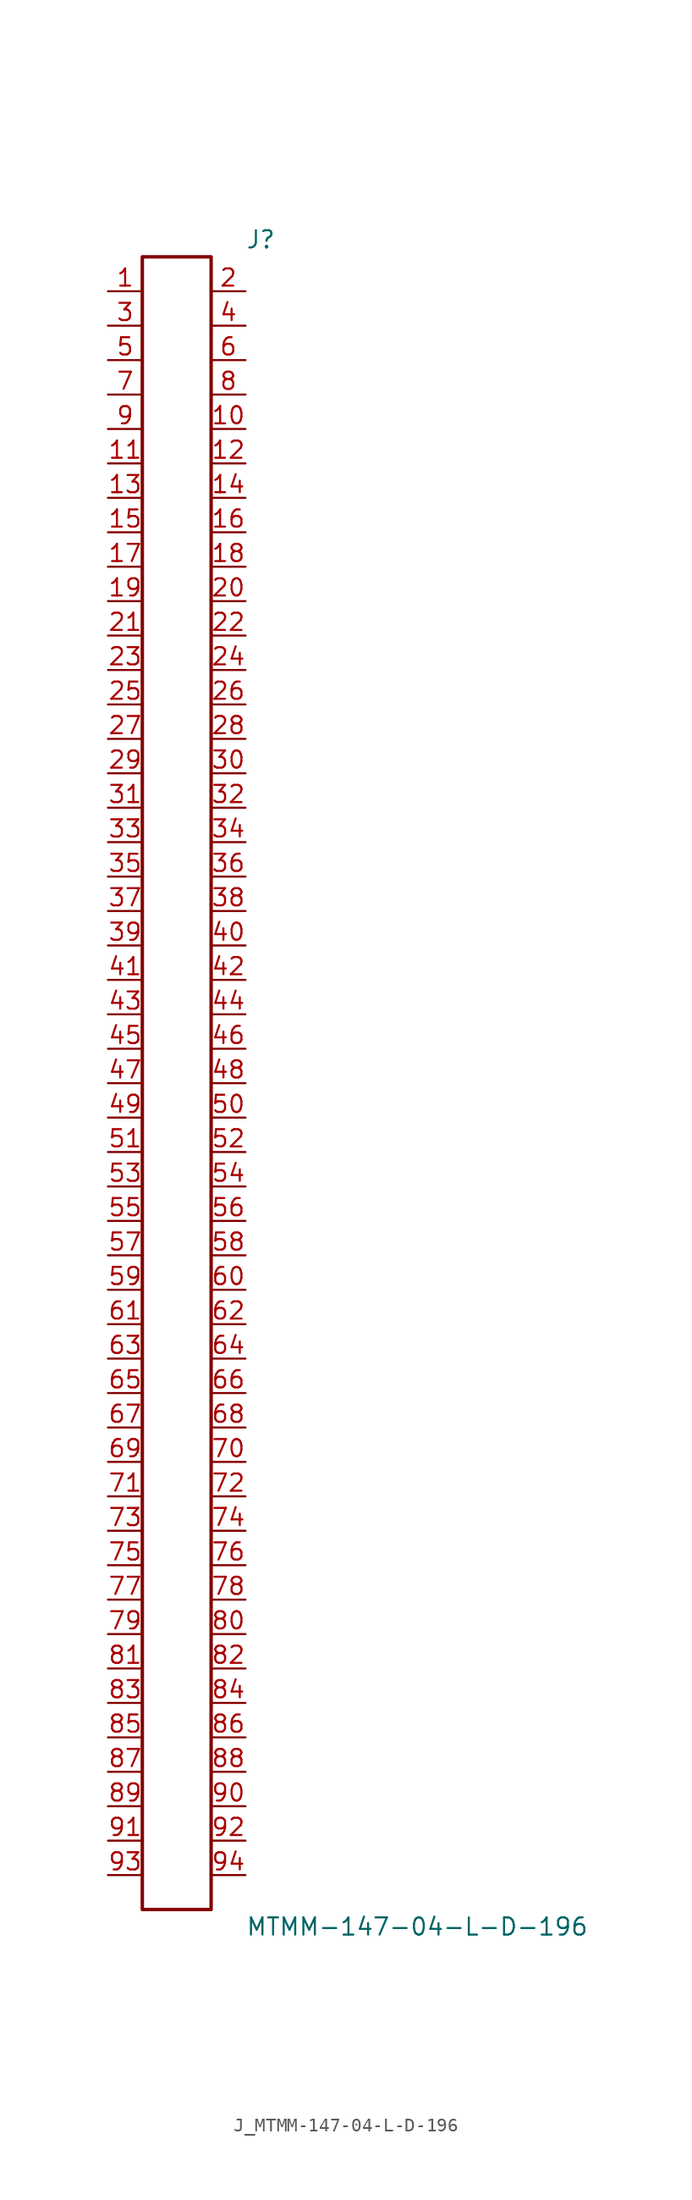
<source format=kicad_sym>
(kicad_symbol_lib
  (version 20231120)
  (generator kicad_symbol_editor)
  (generator_version 8.0)
  (symbol "J_MTMM-147-04-L-D-196"
    (pin_names
      (offset 0.254))
    (property "Reference" "J"
      (at 5.08 62.23 0)
      (effects (font (size 1.27 1.27)) (justify left)))
    (property "Value" "MTMM-147-04-L-D-196"
      (at 5.08 -62.23 0)
      (effects (font (size 1.27 1.27)) (justify left)))
    (symbol "J_MTMM-147-04-L-D-196_0_0"
      (pin passive line (at -5.08 58.42 0) (length 2.54) (name "" (effects (font (size 1.27 1.27)))) (number "1" (effects (font (size 1.27 1.27)))))
      (pin passive line (at 5.08 58.42 180) (length 2.54) (name "" (effects (font (size 1.27 1.27)))) (number "2" (effects (font (size 1.27 1.27)))))
      (pin passive line (at -5.08 55.88 0) (length 2.54) (name "" (effects (font (size 1.27 1.27)))) (number "3" (effects (font (size 1.27 1.27)))))
      (pin passive line (at 5.08 55.88 180) (length 2.54) (name "" (effects (font (size 1.27 1.27)))) (number "4" (effects (font (size 1.27 1.27)))))
      (pin passive line (at -5.08 53.34 0) (length 2.54) (name "" (effects (font (size 1.27 1.27)))) (number "5" (effects (font (size 1.27 1.27)))))
      (pin passive line (at 5.08 53.34 180) (length 2.54) (name "" (effects (font (size 1.27 1.27)))) (number "6" (effects (font (size 1.27 1.27)))))
      (pin passive line (at -5.08 50.8 0) (length 2.54) (name "" (effects (font (size 1.27 1.27)))) (number "7" (effects (font (size 1.27 1.27)))))
      (pin passive line (at 5.08 50.8 180) (length 2.54) (name "" (effects (font (size 1.27 1.27)))) (number "8" (effects (font (size 1.27 1.27)))))
      (pin passive line (at -5.08 48.26 0) (length 2.54) (name "" (effects (font (size 1.27 1.27)))) (number "9" (effects (font (size 1.27 1.27)))))
      (pin passive line (at 5.08 48.26 180) (length 2.54) (name "" (effects (font (size 1.27 1.27)))) (number "10" (effects (font (size 1.27 1.27)))))
      (pin passive line (at -5.08 45.72 0) (length 2.54) (name "" (effects (font (size 1.27 1.27)))) (number "11" (effects (font (size 1.27 1.27)))))
      (pin passive line (at 5.08 45.72 180) (length 2.54) (name "" (effects (font (size 1.27 1.27)))) (number "12" (effects (font (size 1.27 1.27)))))
      (pin passive line (at -5.08 43.18 0) (length 2.54) (name "" (effects (font (size 1.27 1.27)))) (number "13" (effects (font (size 1.27 1.27)))))
      (pin passive line (at 5.08 43.18 180) (length 2.54) (name "" (effects (font (size 1.27 1.27)))) (number "14" (effects (font (size 1.27 1.27)))))
      (pin passive line (at -5.08 40.64 0) (length 2.54) (name "" (effects (font (size 1.27 1.27)))) (number "15" (effects (font (size 1.27 1.27)))))
      (pin passive line (at 5.08 40.64 180) (length 2.54) (name "" (effects (font (size 1.27 1.27)))) (number "16" (effects (font (size 1.27 1.27)))))
      (pin passive line (at -5.08 38.1 0) (length 2.54) (name "" (effects (font (size 1.27 1.27)))) (number "17" (effects (font (size 1.27 1.27)))))
      (pin passive line (at 5.08 38.1 180) (length 2.54) (name "" (effects (font (size 1.27 1.27)))) (number "18" (effects (font (size 1.27 1.27)))))
      (pin passive line (at -5.08 35.56 0) (length 2.54) (name "" (effects (font (size 1.27 1.27)))) (number "19" (effects (font (size 1.27 1.27)))))
      (pin passive line (at 5.08 35.56 180) (length 2.54) (name "" (effects (font (size 1.27 1.27)))) (number "20" (effects (font (size 1.27 1.27)))))
      (pin passive line (at -5.08 33.02 0) (length 2.54) (name "" (effects (font (size 1.27 1.27)))) (number "21" (effects (font (size 1.27 1.27)))))
      (pin passive line (at 5.08 33.02 180) (length 2.54) (name "" (effects (font (size 1.27 1.27)))) (number "22" (effects (font (size 1.27 1.27)))))
      (pin passive line (at -5.08 30.48 0) (length 2.54) (name "" (effects (font (size 1.27 1.27)))) (number "23" (effects (font (size 1.27 1.27)))))
      (pin passive line (at 5.08 30.48 180) (length 2.54) (name "" (effects (font (size 1.27 1.27)))) (number "24" (effects (font (size 1.27 1.27)))))
      (pin passive line (at -5.08 27.94 0) (length 2.54) (name "" (effects (font (size 1.27 1.27)))) (number "25" (effects (font (size 1.27 1.27)))))
      (pin passive line (at 5.08 27.94 180) (length 2.54) (name "" (effects (font (size 1.27 1.27)))) (number "26" (effects (font (size 1.27 1.27)))))
      (pin passive line (at -5.08 25.4 0) (length 2.54) (name "" (effects (font (size 1.27 1.27)))) (number "27" (effects (font (size 1.27 1.27)))))
      (pin passive line (at 5.08 25.4 180) (length 2.54) (name "" (effects (font (size 1.27 1.27)))) (number "28" (effects (font (size 1.27 1.27)))))
      (pin passive line (at -5.08 22.86 0) (length 2.54) (name "" (effects (font (size 1.27 1.27)))) (number "29" (effects (font (size 1.27 1.27)))))
      (pin passive line (at 5.08 22.86 180) (length 2.54) (name "" (effects (font (size 1.27 1.27)))) (number "30" (effects (font (size 1.27 1.27)))))
      (pin passive line (at -5.08 20.32 0) (length 2.54) (name "" (effects (font (size 1.27 1.27)))) (number "31" (effects (font (size 1.27 1.27)))))
      (pin passive line (at 5.08 20.32 180) (length 2.54) (name "" (effects (font (size 1.27 1.27)))) (number "32" (effects (font (size 1.27 1.27)))))
      (pin passive line (at -5.08 17.78 0) (length 2.54) (name "" (effects (font (size 1.27 1.27)))) (number "33" (effects (font (size 1.27 1.27)))))
      (pin passive line (at 5.08 17.78 180) (length 2.54) (name "" (effects (font (size 1.27 1.27)))) (number "34" (effects (font (size 1.27 1.27)))))
      (pin passive line (at -5.08 15.24 0) (length 2.54) (name "" (effects (font (size 1.27 1.27)))) (number "35" (effects (font (size 1.27 1.27)))))
      (pin passive line (at 5.08 15.24 180) (length 2.54) (name "" (effects (font (size 1.27 1.27)))) (number "36" (effects (font (size 1.27 1.27)))))
      (pin passive line (at -5.08 12.7 0) (length 2.54) (name "" (effects (font (size 1.27 1.27)))) (number "37" (effects (font (size 1.27 1.27)))))
      (pin passive line (at 5.08 12.7 180) (length 2.54) (name "" (effects (font (size 1.27 1.27)))) (number "38" (effects (font (size 1.27 1.27)))))
      (pin passive line (at -5.08 10.16 0) (length 2.54) (name "" (effects (font (size 1.27 1.27)))) (number "39" (effects (font (size 1.27 1.27)))))
      (pin passive line (at 5.08 10.16 180) (length 2.54) (name "" (effects (font (size 1.27 1.27)))) (number "40" (effects (font (size 1.27 1.27)))))
      (pin passive line (at -5.08 7.62 0) (length 2.54) (name "" (effects (font (size 1.27 1.27)))) (number "41" (effects (font (size 1.27 1.27)))))
      (pin passive line (at 5.08 7.62 180) (length 2.54) (name "" (effects (font (size 1.27 1.27)))) (number "42" (effects (font (size 1.27 1.27)))))
      (pin passive line (at -5.08 5.08 0) (length 2.54) (name "" (effects (font (size 1.27 1.27)))) (number "43" (effects (font (size 1.27 1.27)))))
      (pin passive line (at 5.08 5.08 180) (length 2.54) (name "" (effects (font (size 1.27 1.27)))) (number "44" (effects (font (size 1.27 1.27)))))
      (pin passive line (at -5.08 2.54 0) (length 2.54) (name "" (effects (font (size 1.27 1.27)))) (number "45" (effects (font (size 1.27 1.27)))))
      (pin passive line (at 5.08 2.54 180) (length 2.54) (name "" (effects (font (size 1.27 1.27)))) (number "46" (effects (font (size 1.27 1.27)))))
      (pin passive line (at -5.08 0.0 0) (length 2.54) (name "" (effects (font (size 1.27 1.27)))) (number "47" (effects (font (size 1.27 1.27)))))
      (pin passive line (at 5.08 0.0 180) (length 2.54) (name "" (effects (font (size 1.27 1.27)))) (number "48" (effects (font (size 1.27 1.27)))))
      (pin passive line (at -5.08 -2.54 0) (length 2.54) (name "" (effects (font (size 1.27 1.27)))) (number "49" (effects (font (size 1.27 1.27)))))
      (pin passive line (at 5.08 -2.54 180) (length 2.54) (name "" (effects (font (size 1.27 1.27)))) (number "50" (effects (font (size 1.27 1.27)))))
      (pin passive line (at -5.08 -5.08 0) (length 2.54) (name "" (effects (font (size 1.27 1.27)))) (number "51" (effects (font (size 1.27 1.27)))))
      (pin passive line (at 5.08 -5.08 180) (length 2.54) (name "" (effects (font (size 1.27 1.27)))) (number "52" (effects (font (size 1.27 1.27)))))
      (pin passive line (at -5.08 -7.62 0) (length 2.54) (name "" (effects (font (size 1.27 1.27)))) (number "53" (effects (font (size 1.27 1.27)))))
      (pin passive line (at 5.08 -7.62 180) (length 2.54) (name "" (effects (font (size 1.27 1.27)))) (number "54" (effects (font (size 1.27 1.27)))))
      (pin passive line (at -5.08 -10.16 0) (length 2.54) (name "" (effects (font (size 1.27 1.27)))) (number "55" (effects (font (size 1.27 1.27)))))
      (pin passive line (at 5.08 -10.16 180) (length 2.54) (name "" (effects (font (size 1.27 1.27)))) (number "56" (effects (font (size 1.27 1.27)))))
      (pin passive line (at -5.08 -12.7 0) (length 2.54) (name "" (effects (font (size 1.27 1.27)))) (number "57" (effects (font (size 1.27 1.27)))))
      (pin passive line (at 5.08 -12.7 180) (length 2.54) (name "" (effects (font (size 1.27 1.27)))) (number "58" (effects (font (size 1.27 1.27)))))
      (pin passive line (at -5.08 -15.24 0) (length 2.54) (name "" (effects (font (size 1.27 1.27)))) (number "59" (effects (font (size 1.27 1.27)))))
      (pin passive line (at 5.08 -15.24 180) (length 2.54) (name "" (effects (font (size 1.27 1.27)))) (number "60" (effects (font (size 1.27 1.27)))))
      (pin passive line (at -5.08 -17.78 0) (length 2.54) (name "" (effects (font (size 1.27 1.27)))) (number "61" (effects (font (size 1.27 1.27)))))
      (pin passive line (at 5.08 -17.78 180) (length 2.54) (name "" (effects (font (size 1.27 1.27)))) (number "62" (effects (font (size 1.27 1.27)))))
      (pin passive line (at -5.08 -20.32 0) (length 2.54) (name "" (effects (font (size 1.27 1.27)))) (number "63" (effects (font (size 1.27 1.27)))))
      (pin passive line (at 5.08 -20.32 180) (length 2.54) (name "" (effects (font (size 1.27 1.27)))) (number "64" (effects (font (size 1.27 1.27)))))
      (pin passive line (at -5.08 -22.86 0) (length 2.54) (name "" (effects (font (size 1.27 1.27)))) (number "65" (effects (font (size 1.27 1.27)))))
      (pin passive line (at 5.08 -22.86 180) (length 2.54) (name "" (effects (font (size 1.27 1.27)))) (number "66" (effects (font (size 1.27 1.27)))))
      (pin passive line (at -5.08 -25.4 0) (length 2.54) (name "" (effects (font (size 1.27 1.27)))) (number "67" (effects (font (size 1.27 1.27)))))
      (pin passive line (at 5.08 -25.4 180) (length 2.54) (name "" (effects (font (size 1.27 1.27)))) (number "68" (effects (font (size 1.27 1.27)))))
      (pin passive line (at -5.08 -27.94 0) (length 2.54) (name "" (effects (font (size 1.27 1.27)))) (number "69" (effects (font (size 1.27 1.27)))))
      (pin passive line (at 5.08 -27.94 180) (length 2.54) (name "" (effects (font (size 1.27 1.27)))) (number "70" (effects (font (size 1.27 1.27)))))
      (pin passive line (at -5.08 -30.48 0) (length 2.54) (name "" (effects (font (size 1.27 1.27)))) (number "71" (effects (font (size 1.27 1.27)))))
      (pin passive line (at 5.08 -30.48 180) (length 2.54) (name "" (effects (font (size 1.27 1.27)))) (number "72" (effects (font (size 1.27 1.27)))))
      (pin passive line (at -5.08 -33.02 0) (length 2.54) (name "" (effects (font (size 1.27 1.27)))) (number "73" (effects (font (size 1.27 1.27)))))
      (pin passive line (at 5.08 -33.02 180) (length 2.54) (name "" (effects (font (size 1.27 1.27)))) (number "74" (effects (font (size 1.27 1.27)))))
      (pin passive line (at -5.08 -35.56 0) (length 2.54) (name "" (effects (font (size 1.27 1.27)))) (number "75" (effects (font (size 1.27 1.27)))))
      (pin passive line (at 5.08 -35.56 180) (length 2.54) (name "" (effects (font (size 1.27 1.27)))) (number "76" (effects (font (size 1.27 1.27)))))
      (pin passive line (at -5.08 -38.1 0) (length 2.54) (name "" (effects (font (size 1.27 1.27)))) (number "77" (effects (font (size 1.27 1.27)))))
      (pin passive line (at 5.08 -38.1 180) (length 2.54) (name "" (effects (font (size 1.27 1.27)))) (number "78" (effects (font (size 1.27 1.27)))))
      (pin passive line (at -5.08 -40.64 0) (length 2.54) (name "" (effects (font (size 1.27 1.27)))) (number "79" (effects (font (size 1.27 1.27)))))
      (pin passive line (at 5.08 -40.64 180) (length 2.54) (name "" (effects (font (size 1.27 1.27)))) (number "80" (effects (font (size 1.27 1.27)))))
      (pin passive line (at -5.08 -43.18 0) (length 2.54) (name "" (effects (font (size 1.27 1.27)))) (number "81" (effects (font (size 1.27 1.27)))))
      (pin passive line (at 5.08 -43.18 180) (length 2.54) (name "" (effects (font (size 1.27 1.27)))) (number "82" (effects (font (size 1.27 1.27)))))
      (pin passive line (at -5.08 -45.72 0) (length 2.54) (name "" (effects (font (size 1.27 1.27)))) (number "83" (effects (font (size 1.27 1.27)))))
      (pin passive line (at 5.08 -45.72 180) (length 2.54) (name "" (effects (font (size 1.27 1.27)))) (number "84" (effects (font (size 1.27 1.27)))))
      (pin passive line (at -5.08 -48.26 0) (length 2.54) (name "" (effects (font (size 1.27 1.27)))) (number "85" (effects (font (size 1.27 1.27)))))
      (pin passive line (at 5.08 -48.26 180) (length 2.54) (name "" (effects (font (size 1.27 1.27)))) (number "86" (effects (font (size 1.27 1.27)))))
      (pin passive line (at -5.08 -50.8 0) (length 2.54) (name "" (effects (font (size 1.27 1.27)))) (number "87" (effects (font (size 1.27 1.27)))))
      (pin passive line (at 5.08 -50.8 180) (length 2.54) (name "" (effects (font (size 1.27 1.27)))) (number "88" (effects (font (size 1.27 1.27)))))
      (pin passive line (at -5.08 -53.34 0) (length 2.54) (name "" (effects (font (size 1.27 1.27)))) (number "89" (effects (font (size 1.27 1.27)))))
      (pin passive line (at 5.08 -53.34 180) (length 2.54) (name "" (effects (font (size 1.27 1.27)))) (number "90" (effects (font (size 1.27 1.27)))))
      (pin passive line (at -5.08 -55.88 0) (length 2.54) (name "" (effects (font (size 1.27 1.27)))) (number "91" (effects (font (size 1.27 1.27)))))
      (pin passive line (at 5.08 -55.88 180) (length 2.54) (name "" (effects (font (size 1.27 1.27)))) (number "92" (effects (font (size 1.27 1.27)))))
      (pin passive line (at -5.08 -58.42 0) (length 2.54) (name "" (effects (font (size 1.27 1.27)))) (number "93" (effects (font (size 1.27 1.27)))))
      (pin passive line (at 5.08 -58.42 180) (length 2.54) (name "" (effects (font (size 1.27 1.27)))) (number "94" (effects (font (size 1.27 1.27))))))
    (symbol "J_MTMM-147-04-L-D-196_1_0"
      (rectangle (start -2.54 60.96) (end 2.54 -60.96) (stroke (width 0.254) (type solid)) (fill (type none))))))
</source>
